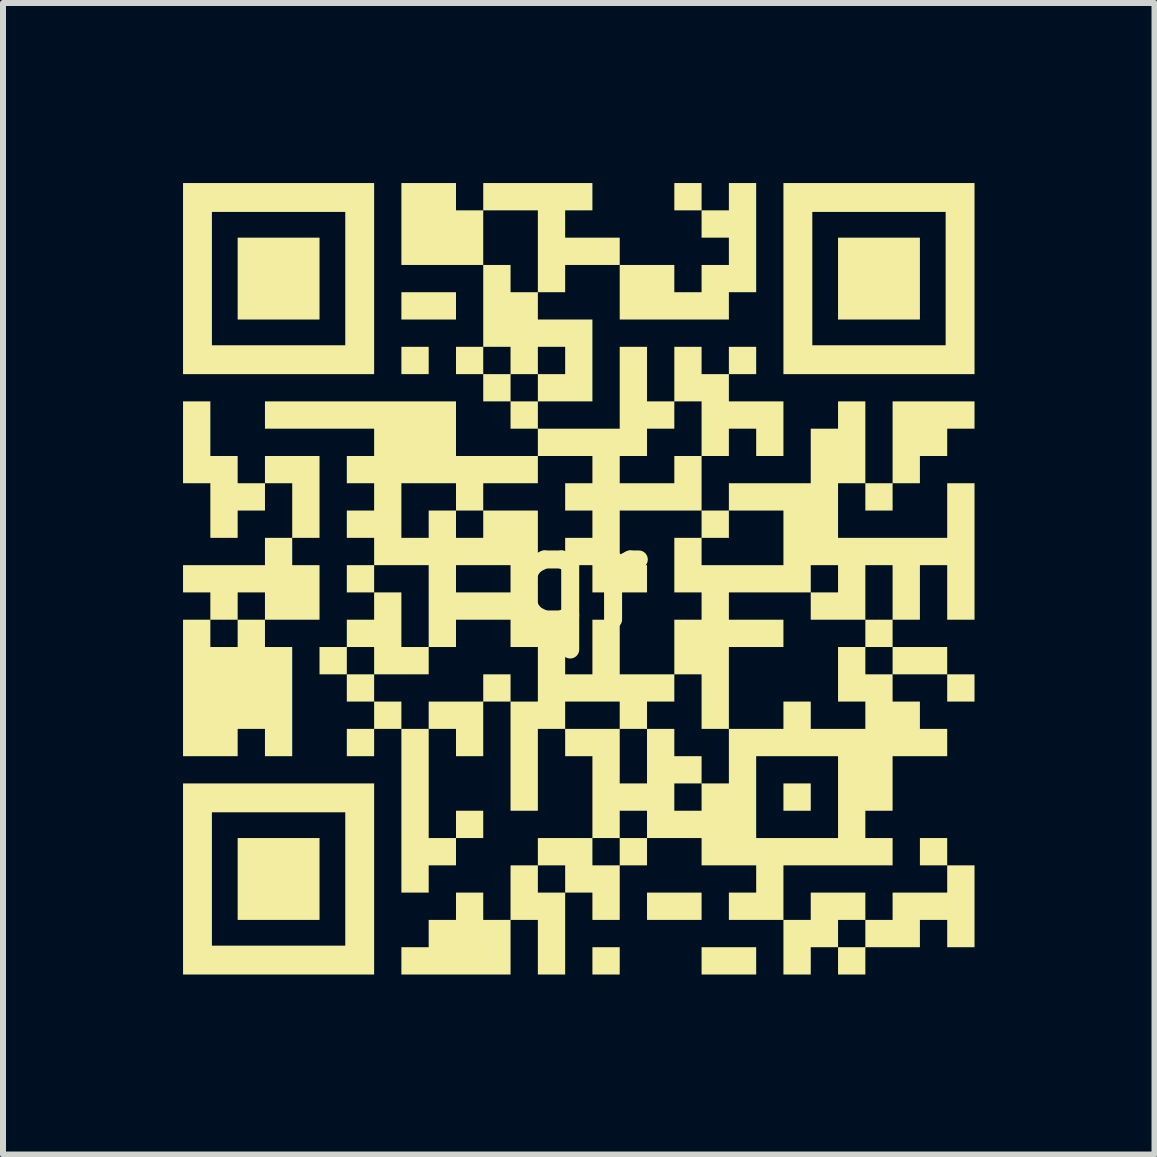
<source format=kicad_pcb>
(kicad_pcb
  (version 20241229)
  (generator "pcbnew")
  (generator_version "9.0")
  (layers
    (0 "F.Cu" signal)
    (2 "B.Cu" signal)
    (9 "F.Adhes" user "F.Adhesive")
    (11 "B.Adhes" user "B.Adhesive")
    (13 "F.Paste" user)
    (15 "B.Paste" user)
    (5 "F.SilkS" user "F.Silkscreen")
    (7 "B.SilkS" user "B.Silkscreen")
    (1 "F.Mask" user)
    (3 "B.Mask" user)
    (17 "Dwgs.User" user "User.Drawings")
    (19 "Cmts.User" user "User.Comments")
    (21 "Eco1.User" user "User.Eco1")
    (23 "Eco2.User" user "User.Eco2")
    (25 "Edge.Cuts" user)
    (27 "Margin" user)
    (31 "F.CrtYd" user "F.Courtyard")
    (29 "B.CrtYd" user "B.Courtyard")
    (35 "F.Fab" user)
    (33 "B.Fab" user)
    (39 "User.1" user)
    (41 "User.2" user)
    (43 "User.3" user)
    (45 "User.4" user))
  (footprint "qr"
    (layer "F.Cu")
    (at 6.594 6.594)
    (property "Reference" "qr" (at 0 0 0) (layer "F.SilkS") (effects (font (size 1.5 1.5) (thickness 0.3))))
    (attr board_only exclude_from_pos_files exclude_from_bom)
    (fp_poly (pts (xy -4.32 -5.002) (xy -4.32 -4.32) (xy -5.002 -4.32) (xy -5.684 -4.32) (xy -5.684 -5.002) (xy -5.684 -5.684) (xy -5.002 -5.684) (xy -4.32 -5.684)) (stroke (width 0) (type solid)) (fill yes) (layer "F.SilkS"))
    (fp_poly (pts (xy -4.32 5.002) (xy -4.32 5.684) (xy -5.002 5.684) (xy -5.684 5.684) (xy -5.684 5.002) (xy -5.684 4.32) (xy -5.002 4.32) (xy -4.32 4.32)) (stroke (width 0) (type solid)) (fill yes) (layer "F.SilkS"))
    (fp_poly (pts (xy -3.41 1.819) (xy -3.41 2.046) (xy -3.638 2.046) (xy -3.865 2.046) (xy -3.865 1.819) (xy -3.865 1.592) (xy -3.638 1.592) (xy -3.41 1.592)) (stroke (width 0) (type solid)) (fill yes) (layer "F.SilkS"))
    (fp_poly (pts (xy -2.501 -3.638) (xy -2.501 -3.41) (xy -2.728 -3.41) (xy -2.956 -3.41) (xy -2.956 -3.638) (xy -2.956 -3.865) (xy -2.728 -3.865) (xy -2.501 -3.865)) (stroke (width 0) (type solid)) (fill yes) (layer "F.SilkS"))
    (fp_poly (pts (xy -2.046 -4.547) (xy -2.046 -4.32) (xy -2.501 -4.32) (xy -2.956 -4.32) (xy -2.956 -4.547) (xy -2.956 -4.775) (xy -2.501 -4.775) (xy -2.046 -4.775)) (stroke (width 0) (type solid)) (fill yes) (layer "F.SilkS"))
    (fp_poly (pts (xy 0.682 6.366) (xy 0.682 6.594) (xy 0.455 6.594) (xy 0.227 6.594) (xy 0.227 6.366) (xy 0.227 6.139) (xy 0.455 6.139) (xy 0.682 6.139)) (stroke (width 0) (type solid)) (fill yes) (layer "F.SilkS"))
    (fp_poly (pts (xy 2.046 5.457) (xy 2.046 5.684) (xy 1.592 5.684) (xy 1.137 5.684) (xy 1.137 5.457) (xy 1.137 5.229) (xy 1.592 5.229) (xy 2.046 5.229)) (stroke (width 0) (type solid)) (fill yes) (layer "F.SilkS"))
    (fp_poly (pts (xy 2.956 6.366) (xy 2.956 6.594) (xy 2.501 6.594) (xy 2.046 6.594) (xy 2.046 6.366) (xy 2.046 6.139) (xy 2.501 6.139) (xy 2.956 6.139)) (stroke (width 0) (type solid)) (fill yes) (layer "F.SilkS"))
    (fp_poly (pts (xy 3.865 3.638) (xy 3.865 3.865) (xy 3.638 3.865) (xy 3.41 3.865) (xy 3.41 3.638) (xy 3.41 3.41) (xy 3.638 3.41) (xy 3.865 3.41)) (stroke (width 0) (type solid)) (fill yes) (layer "F.SilkS"))
    (fp_poly (pts (xy 5.684 -5.002) (xy 5.684 -4.32) (xy 5.002 -4.32) (xy 4.32 -4.32) (xy 4.32 -5.002) (xy 4.32 -5.684) (xy 5.002 -5.684) (xy 5.684 -5.684)) (stroke (width 0) (type solid)) (fill yes) (layer "F.SilkS"))
    (fp_poly (pts (xy 6.139 4.547) (xy 6.139 4.775) (xy 5.912 4.775) (xy 5.684 4.775) (xy 5.684 4.547) (xy 5.684 4.32) (xy 5.912 4.32) (xy 6.139 4.32)) (stroke (width 0) (type solid)) (fill yes) (layer "F.SilkS"))
    (fp_poly (pts (xy 6.594 1.819) (xy 6.594 2.046) (xy 6.366 2.046) (xy 6.139 2.046) (xy 6.139 1.819) (xy 6.139 1.592) (xy 6.366 1.592) (xy 6.594 1.592)) (stroke (width 0) (type solid)) (fill yes) (layer "F.SilkS"))
    (fp_poly (pts (xy -3.41 -5.002) (xy -3.41 -3.41) (xy -5.002 -3.41) (xy -6.594 -3.41) (xy -6.594 -5.002) (xy -6.113 -5.002) (xy -6.113 -3.891) (xy -5.002 -3.891) (xy -3.891 -3.891) (xy -3.891 -5.002) (xy -3.891 -6.113) (xy -5.002 -6.113) (xy -6.113 -6.113) (xy -6.113 -5.002) (xy -6.594 -5.002) (xy -6.594 -6.594) (xy -5.002 -6.594) (xy -3.41 -6.594)) (stroke (width 0) (type solid)) (fill yes) (layer "F.SilkS"))
    (fp_poly (pts (xy -3.41 5.002) (xy -3.41 6.594) (xy -5.002 6.594) (xy -6.594 6.594) (xy -6.594 5.002) (xy -6.113 5.002) (xy -6.113 6.113) (xy -5.002 6.113) (xy -3.891 6.113) (xy -3.891 5.002) (xy -3.891 3.891) (xy -5.002 3.891) (xy -6.113 3.891) (xy -6.113 5.002) (xy -6.594 5.002) (xy -6.594 3.41) (xy -5.002 3.41) (xy -3.41 3.41)) (stroke (width 0) (type solid)) (fill yes) (layer "F.SilkS"))
    (fp_poly (pts (xy 6.594 -5.002) (xy 6.594 -3.41) (xy 5.002 -3.41) (xy 3.41 -3.41) (xy 3.41 -5.002) (xy 3.891 -5.002) (xy 3.891 -3.891) (xy 5.002 -3.891) (xy 6.113 -3.891) (xy 6.113 -5.002) (xy 6.113 -6.113) (xy 5.002 -6.113) (xy 3.891 -6.113) (xy 3.891 -5.002) (xy 3.41 -5.002) (xy 3.41 -6.594) (xy 5.002 -6.594) (xy 6.594 -6.594)) (stroke (width 0) (type solid)) (fill yes) (layer "F.SilkS"))
    (fp_poly (pts (xy -2.956 0.682) (xy -2.956 1.137) (xy -2.728 1.137) (xy -2.501 1.137) (xy -2.501 1.364) (xy -2.501 1.592) (xy -2.956 1.592) (xy -3.41 1.592) (xy -3.41 1.364) (xy -3.41 1.137) (xy -3.638 1.137) (xy -3.865 1.137) (xy -3.865 1.364) (xy -3.865 1.592) (xy -4.093 1.592) (xy -4.32 1.592) (xy -4.32 1.364) (xy -4.32 1.137) (xy -4.093 1.137) (xy -3.865 1.137) (xy -3.865 0.909) (xy -3.865 0.682) (xy -3.638 0.682) (xy -3.41 0.682) (xy -3.41 0.455) (xy -3.41 0.227) (xy -3.183 0.227) (xy -2.956 0.227)) (stroke (width 0) (type solid)) (fill yes) (layer "F.SilkS"))
    (fp_poly (pts (xy 2.046 -6.366) (xy 2.046 -6.139) (xy 2.274 -6.139) (xy 2.501 -6.139) (xy 2.501 -6.366) (xy 2.501 -6.594) (xy 2.728 -6.594) (xy 2.956 -6.594) (xy 2.956 -5.684) (xy 2.956 -4.775) (xy 2.728 -4.775) (xy 2.501 -4.775) (xy 2.501 -4.547) (xy 2.501 -4.32) (xy 1.592 -4.32) (xy 0.682 -4.32) (xy 0.682 -4.775) (xy 0.682 -5.229) (xy 1.137 -5.229) (xy 1.592 -5.229) (xy 1.592 -5.002) (xy 1.592 -4.775) (xy 1.819 -4.775) (xy 2.046 -4.775) (xy 2.046 -5.002) (xy 2.046 -5.229) (xy 2.274 -5.229) (xy 2.501 -5.229) (xy 2.501 -5.457) (xy 2.501 -5.684) (xy 2.274 -5.684) (xy 2.046 -5.684) (xy 2.046 -5.912) (xy 2.046 -6.139) (xy 1.819 -6.139) (xy 1.592 -6.139) (xy 1.592 -6.366) (xy 1.592 -6.594) (xy 1.819 -6.594) (xy 2.046 -6.594)) (stroke (width 0) (type solid)) (fill yes) (layer "F.SilkS"))
    (fp_poly (pts (xy -6.139 -2.501) (xy -6.139 -2.046) (xy -5.912 -2.046) (xy -5.684 -2.046) (xy -5.684 -1.819) (xy -5.684 -1.592) (xy -5.457 -1.592) (xy -5.229 -1.592) (xy -5.229 -1.819) (xy -5.229 -2.046) (xy -4.775 -2.046) (xy -4.32 -2.046) (xy -4.32 -1.364) (xy -4.32 -0.682) (xy -4.547 -0.682) (xy -4.775 -0.682) (xy -4.775 -0.455) (xy -4.775 -0.227) (xy -4.547 -0.227) (xy -4.32 -0.227) (xy -4.32 0.227) (xy -4.32 0.682) (xy -4.775 0.682) (xy -5.229 0.682) (xy -5.229 0.909) (xy -5.229 1.137) (xy -5.002 1.137) (xy -4.775 1.137) (xy -4.775 2.046) (xy -4.775 2.956) (xy -5.002 2.956) (xy -5.229 2.956) (xy -5.229 2.728) (xy -5.229 2.501) (xy -5.457 2.501) (xy -5.684 2.501) (xy -5.684 2.728) (xy -5.684 2.956) (xy -6.139 2.956) (xy -6.594 2.956) (xy -6.594 1.819) (xy -6.594 0.682) (xy -6.366 0.682) (xy -6.139 0.682) (xy -6.139 0.909) (xy -6.139 1.137) (xy -5.912 1.137) (xy -5.684 1.137) (xy -5.684 0.909) (xy -5.684 0.682) (xy -5.457 0.682) (xy -5.229 0.682) (xy -5.229 0.455) (xy -5.229 0.227) (xy -5.457 0.227) (xy -5.684 0.227) (xy -5.684 0.455) (xy -5.684 0.682) (xy -5.912 0.682) (xy -6.139 0.682) (xy -6.139 0.455) (xy -6.139 0.227) (xy -6.366 0.227) (xy -6.594 0.227) (xy -6.594 0) (xy -6.594 -0.227) (xy -5.912 -0.227) (xy -5.229 -0.227) (xy -5.229 -0.455) (xy -5.229 -0.682) (xy -5.002 -0.682) (xy -4.775 -0.682) (xy -4.775 -1.137) (xy -4.775 -1.592) (xy -5.002 -1.592) (xy -5.229 -1.592) (xy -5.229 -1.364) (xy -5.229 -1.137) (xy -5.457 -1.137) (xy -5.684 -1.137) (xy -5.684 -0.909) (xy -5.684 -0.682) (xy -5.912 -0.682) (xy -6.139 -0.682) (xy -6.139 -1.137) (xy -6.139 -1.592) (xy -6.366 -1.592) (xy -6.594 -1.592) (xy -6.594 -2.274) (xy -6.594 -2.956) (xy -6.366 -2.956) (xy -6.139 -2.956)) (stroke (width 0) (type solid)) (fill yes) (layer "F.SilkS"))
    (fp_poly (pts (xy -2.046 -6.366) (xy -2.046 -6.139) (xy -1.819 -6.139) (xy -1.592 -6.139) (xy -1.592 -6.366) (xy -1.592 -6.594) (xy -0.682 -6.594) (xy 0.227 -6.594) (xy 0.227 -6.366) (xy 0.227 -6.139) (xy 0 -6.139) (xy -0.227 -6.139) (xy -0.227 -5.912) (xy -0.227 -5.684) (xy 0.227 -5.684) (xy 0.682 -5.684) (xy 0.682 -5.457) (xy 0.682 -5.229) (xy 0.227 -5.229) (xy -0.227 -5.229) (xy -0.227 -5.002) (xy -0.227 -4.775) (xy -0.455 -4.775) (xy -0.682 -4.775) (xy -0.682 -4.547) (xy -0.682 -4.32) (xy -0.227 -4.32) (xy 0.227 -4.32) (xy 0.227 -3.638) (xy 0.227 -2.956) (xy -0.227 -2.956) (xy -0.682 -2.956) (xy -0.682 -2.728) (xy -0.682 -2.501) (xy 0 -2.501) (xy 0.682 -2.501) (xy 0.682 -3.183) (xy 0.682 -3.865) (xy 0.909 -3.865) (xy 1.137 -3.865) (xy 1.137 -3.41) (xy 1.137 -2.956) (xy 1.364 -2.956) (xy 1.592 -2.956) (xy 1.592 -3.41) (xy 1.592 -3.865) (xy 1.819 -3.865) (xy 2.046 -3.865) (xy 2.046 -3.638) (xy 2.046 -3.41) (xy 2.274 -3.41) (xy 2.501 -3.41) (xy 2.501 -3.638) (xy 2.501 -3.865) (xy 2.728 -3.865) (xy 2.956 -3.865) (xy 2.956 -3.638) (xy 2.956 -3.41) (xy 2.728 -3.41) (xy 2.501 -3.41) (xy 2.501 -3.183) (xy 2.501 -2.956) (xy 2.956 -2.956) (xy 3.41 -2.956) (xy 3.41 -2.501) (xy 3.41 -2.046) (xy 3.183 -2.046) (xy 2.956 -2.046) (xy 2.956 -2.274) (xy 2.956 -2.501) (xy 2.728 -2.501) (xy 2.501 -2.501) (xy 2.501 -2.274) (xy 2.501 -2.046) (xy 2.274 -2.046) (xy 2.046 -2.046) (xy 2.046 -1.592) (xy 2.046 -1.137) (xy 2.274 -1.137) (xy 2.501 -1.137) (xy 2.501 -1.364) (xy 2.501 -1.592) (xy 3.183 -1.592) (xy 3.865 -1.592) (xy 3.865 -2.046) (xy 3.865 -2.501) (xy 4.093 -2.501) (xy 4.32 -2.501) (xy 4.32 -2.728) (xy 4.32 -2.956) (xy 4.547 -2.956) (xy 4.775 -2.956) (xy 4.775 -2.274) (xy 4.775 -1.592) (xy 5.002 -1.592) (xy 5.229 -1.592) (xy 5.229 -2.274) (xy 5.229 -2.956) (xy 5.912 -2.956) (xy 6.594 -2.956) (xy 6.594 -2.728) (xy 6.594 -2.501) (xy 6.366 -2.501) (xy 6.139 -2.501) (xy 6.139 -2.274) (xy 6.139 -2.046) (xy 5.912 -2.046) (xy 5.684 -2.046) (xy 5.684 -1.819) (xy 5.684 -1.592) (xy 5.457 -1.592) (xy 5.229 -1.592) (xy 5.229 -1.364) (xy 5.229 -1.137) (xy 5.002 -1.137) (xy 4.775 -1.137) (xy 4.775 -1.364) (xy 4.775 -1.592) (xy 4.547 -1.592) (xy 4.32 -1.592) (xy 4.32 -1.137) (xy 4.32 -0.682) (xy 5.229 -0.682) (xy 6.139 -0.682) (xy 6.139 -1.137) (xy 6.139 -1.592) (xy 6.366 -1.592) (xy 6.594 -1.592) (xy 6.594 -0.455) (xy 6.594 0.682) (xy 6.366 0.682) (xy 6.139 0.682) (xy 6.139 0.227) (xy 6.139 -0.227) (xy 5.912 -0.227) (xy 5.684 -0.227) (xy 5.684 0.227) (xy 5.684 0.682) (xy 5.457 0.682) (xy 5.229 0.682) (xy 5.229 0.909) (xy 5.229 1.137) (xy 5.002 1.137) (xy 4.775 1.137) (xy 4.775 1.364) (xy 4.775 1.592) (xy 5.002 1.592) (xy 5.229 1.592) (xy 5.229 1.364) (xy 5.229 1.137) (xy 5.684 1.137) (xy 6.139 1.137) (xy 6.139 1.364) (xy 6.139 1.592) (xy 5.684 1.592) (xy 5.229 1.592) (xy 5.229 1.819) (xy 5.229 2.046) (xy 5.457 2.046) (xy 5.684 2.046) (xy 5.684 2.274) (xy 5.684 2.501) (xy 5.912 2.501) (xy 6.139 2.501) (xy 6.139 2.728) (xy 6.139 2.956) (xy 5.684 2.956) (xy 5.229 2.956) (xy 5.229 3.41) (xy 5.229 3.865) (xy 5.002 3.865) (xy 4.775 3.865) (xy 4.775 4.093) (xy 4.775 4.32) (xy 5.002 4.32) (xy 5.229 4.32) (xy 5.229 4.547) (xy 5.229 4.775) (xy 4.32 4.775) (xy 3.41 4.775) (xy 3.41 5.229) (xy 3.41 5.684) (xy 3.638 5.684) (xy 3.865 5.684) (xy 3.865 5.457) (xy 3.865 5.229) (xy 4.32 5.229) (xy 4.775 5.229) (xy 4.775 5.457) (xy 4.775 5.684) (xy 5.002 5.684) (xy 5.229 5.684) (xy 5.229 5.457) (xy 5.229 5.229) (xy 5.684 5.229) (xy 6.139 5.229) (xy 6.139 5.002) (xy 6.139 4.775) (xy 6.366 4.775) (xy 6.594 4.775) (xy 6.594 5.457) (xy 6.594 6.139) (xy 6.366 6.139) (xy 6.139 6.139) (xy 6.139 5.912) (xy 6.139 5.684) (xy 5.912 5.684) (xy 5.684 5.684) (xy 5.684 5.912) (xy 5.684 6.139) (xy 5.229 6.139) (xy 4.775 6.139) (xy 4.775 6.366) (xy 4.775 6.594) (xy 4.547 6.594) (xy 4.32 6.594) (xy 4.32 6.366) (xy 4.32 6.139) (xy 4.093 6.139) (xy 3.865 6.139) (xy 3.865 6.366) (xy 3.865 6.594) (xy 3.638 6.594) (xy 3.41 6.594) (xy 3.41 6.139) (xy 3.41 5.912) (xy 4.32 5.912) (xy 4.32 6.139) (xy 4.547 6.139) (xy 4.775 6.139) (xy 4.775 5.912) (xy 4.775 5.684) (xy 4.547 5.684) (xy 4.32 5.684) (xy 4.32 5.912) (xy 3.41 5.912) (xy 3.41 5.684) (xy 2.956 5.684) (xy 2.501 5.684) (xy 2.501 5.457) (xy 2.501 5.229) (xy 2.728 5.229) (xy 2.956 5.229) (xy 2.956 5.002) (xy 2.956 4.775) (xy 2.501 4.775) (xy 2.046 4.775) (xy 2.046 4.547) (xy 2.046 4.32) (xy 1.592 4.32) (xy 1.137 4.32) (xy 1.137 4.547) (xy 1.137 4.775) (xy 0.909 4.775) (xy 0.682 4.775) (xy 0.682 5.229) (xy 0.682 5.684) (xy 0.455 5.684) (xy 0.227 5.684) (xy 0.227 5.457) (xy 0.227 5.229) (xy 0 5.229) (xy -0.227 5.229) (xy -0.227 5.912) (xy -0.227 6.594) (xy -0.455 6.594) (xy -0.682 6.594) (xy -0.682 6.139) (xy -0.682 5.684) (xy -0.909 5.684) (xy -1.137 5.684) (xy -1.137 6.139) (xy -1.137 6.594) (xy -2.046 6.594) (xy -2.956 6.594) (xy -2.956 6.366) (xy -2.956 6.139) (xy -2.728 6.139) (xy -2.501 6.139) (xy -2.501 5.912) (xy -2.501 5.684) (xy -2.274 5.684) (xy -2.046 5.684) (xy -2.046 5.457) (xy -2.046 5.229) (xy -1.819 5.229) (xy -1.592 5.229) (xy -1.592 5.457) (xy -1.592 5.684) (xy -1.364 5.684) (xy -1.137 5.684) (xy -1.137 5.229) (xy -1.137 5.002) (xy -0.682 5.002) (xy -0.682 5.229) (xy -0.455 5.229) (xy -0.227 5.229) (xy -0.227 5.002) (xy -0.227 4.775) (xy -0.455 4.775) (xy -0.682 4.775) (xy -0.682 5.002) (xy -1.137 5.002) (xy -1.137 4.775) (xy -0.909 4.775) (xy -0.682 4.775) (xy -0.682 4.547) (xy -0.682 4.32) (xy -0.227 4.32) (xy 0.227 4.32) (xy 0.227 4.547) (xy 0.227 4.775) (xy 0.455 4.775) (xy 0.682 4.775) (xy 0.682 4.547) (xy 0.682 4.32) (xy 0.909 4.32) (xy 1.137 4.32) (xy 1.137 4.093) (xy 1.137 3.865) (xy 0.909 3.865) (xy 0.682 3.865) (xy 0.682 4.093) (xy 0.682 4.32) (xy 0.455 4.32) (xy 0.227 4.32) (xy 0.227 3.638) (xy 0.227 2.956) (xy 0 2.956) (xy -0.227 2.956) (xy -0.227 2.728) (xy -0.227 2.501) (xy 0.227 2.501) (xy 0.682 2.501) (xy 0.682 2.956) (xy 0.682 3.41) (xy 0.909 3.41) (xy 1.137 3.41) (xy 1.137 2.956) (xy 1.137 2.501) (xy 1.364 2.501) (xy 1.592 2.501) (xy 1.592 2.728) (xy 1.592 2.956) (xy 1.819 2.956) (xy 2.046 2.956) (xy 2.046 3.183) (xy 2.046 3.41) (xy 1.819 3.41) (xy 1.592 3.41) (xy 1.592 3.638) (xy 1.592 3.865) (xy 1.819 3.865) (xy 2.046 3.865) (xy 2.046 3.638) (xy 2.956 3.638) (xy 2.956 4.32) (xy 3.638 4.32) (xy 4.32 4.32) (xy 4.32 3.638) (xy 4.32 2.956) (xy 3.638 2.956) (xy 2.956 2.956) (xy 2.956 3.638) (xy 2.046 3.638) (xy 2.046 3.41) (xy 2.274 3.41) (xy 2.501 3.41) (xy 2.501 2.956) (xy 2.501 2.501) (xy 2.956 2.501) (xy 3.41 2.501) (xy 3.41 2.274) (xy 3.41 2.046) (xy 3.638 2.046) (xy 3.865 2.046) (xy 3.865 2.274) (xy 3.865 2.501) (xy 4.32 2.501) (xy 4.775 2.501) (xy 4.775 2.274) (xy 4.775 2.046) (xy 4.547 2.046) (xy 4.32 2.046) (xy 4.32 1.592) (xy 4.32 1.137) (xy 4.547 1.137) (xy 4.775 1.137) (xy 4.775 0.909) (xy 4.775 0.682) (xy 5.002 0.682) (xy 5.229 0.682) (xy 5.229 0.227) (xy 5.229 -0.227) (xy 5.002 -0.227) (xy 4.775 -0.227) (xy 4.775 0.227) (xy 4.775 0.682) (xy 4.32 0.682) (xy 3.865 0.682) (xy 3.865 0.455) (xy 3.865 0.227) (xy 4.093 0.227) (xy 4.32 0.227) (xy 4.32 0) (xy 4.32 -0.227) (xy 4.093 -0.227) (xy 3.865 -0.227) (xy 3.865 0) (xy 3.865 0.227) (xy 3.183 0.227) (xy 2.501 0.227) (xy 2.501 0.455) (xy 2.501 0.682) (xy 2.956 0.682) (xy 3.41 0.682) (xy 3.41 0.909) (xy 3.41 1.137) (xy 2.956 1.137) (xy 2.501 1.137) (xy 2.501 1.819) (xy 2.501 2.501) (xy 2.274 2.501) (xy 2.046 2.501) (xy 2.046 2.046) (xy 2.046 1.592) (xy 1.819 1.592) (xy 1.592 1.592) (xy 1.592 1.819) (xy 1.592 2.046) (xy 1.364 2.046) (xy 1.137 2.046) (xy 1.137 2.274) (xy 1.137 2.501) (xy 0.909 2.501) (xy 0.682 2.501) (xy 0.682 2.274) (xy 0.682 2.046) (xy 0.227 2.046) (xy -0.227 2.046) (xy -0.227 2.274) (xy -0.227 2.501) (xy -0.455 2.501) (xy -0.682 2.501) (xy -0.682 3.183) (xy -0.682 3.865) (xy -0.909 3.865) (xy -1.137 3.865) (xy -1.137 2.956) (xy -1.137 2.046) (xy -1.364 2.046) (xy -1.592 2.046) (xy -1.592 2.501) (xy -1.592 2.956) (xy -1.819 2.956) (xy -2.046 2.956) (xy -2.046 2.728) (xy -2.046 2.501) (xy -2.274 2.501) (xy -2.501 2.501) (xy -2.501 3.41) (xy -2.501 4.32) (xy -2.274 4.32) (xy -2.046 4.32) (xy -2.046 4.093) (xy -2.046 3.865) (xy -1.819 3.865) (xy -1.592 3.865) (xy -1.592 4.093) (xy -1.592 4.32) (xy -1.819 4.32) (xy -2.046 4.32) (xy -2.046 4.547) (xy -2.046 4.775) (xy -2.274 4.775) (xy -2.501 4.775) (xy -2.501 5.002) (xy -2.501 5.229) (xy -2.728 5.229) (xy -2.956 5.229) (xy -2.956 3.865) (xy -2.956 2.501) (xy -3.183 2.501) (xy -3.41 2.501) (xy -3.41 2.728) (xy -3.41 2.956) (xy -3.638 2.956) (xy -3.865 2.956) (xy -3.865 2.728) (xy -3.865 2.501) (xy -3.638 2.501) (xy -3.41 2.501) (xy -3.41 2.274) (xy -3.41 2.046) (xy -3.183 2.046) (xy -2.956 2.046) (xy -2.956 2.274) (xy -2.956 2.501) (xy -2.728 2.501) (xy -2.501 2.501) (xy -2.501 2.274) (xy -2.501 2.046) (xy -2.046 2.046) (xy -1.592 2.046) (xy -1.592 1.819) (xy -1.592 1.592) (xy -1.364 1.592) (xy -1.137 1.592) (xy -1.137 1.819) (xy -1.137 2.046) (xy -0.909 2.046) (xy -0.682 2.046) (xy -0.682 1.592) (xy -0.682 1.137) (xy -0.909 1.137) (xy -1.137 1.137) (xy -1.137 0.909) (xy -1.137 0.682) (xy -1.592 0.682) (xy -2.046 0.682) (xy -2.046 0.909) (xy -2.046 1.137) (xy -2.274 1.137) (xy -2.501 1.137) (xy -2.501 0.455) (xy -2.501 0) (xy -2.046 0) (xy -2.046 0.227) (xy -1.592 0.227) (xy -1.137 0.227) (xy -1.137 0) (xy -1.137 -0.227) (xy -1.592 -0.227) (xy -2.046 -0.227) (xy -2.046 0) (xy -2.501 0) (xy -2.501 -0.227) (xy -2.956 -0.227) (xy -3.41 -0.227) (xy -3.41 0) (xy -3.41 0.227) (xy -3.638 0.227) (xy -3.865 0.227) (xy -3.865 0) (xy -3.865 -0.227) (xy -3.638 -0.227) (xy -3.41 -0.227) (xy -3.41 -0.455) (xy -3.41 -0.682) (xy -3.638 -0.682) (xy -3.865 -0.682) (xy -3.865 -0.909) (xy -3.865 -1.137) (xy -3.638 -1.137) (xy -3.41 -1.137) (xy -3.41 -1.364) (xy -3.41 -1.592) (xy -2.956 -1.592) (xy -2.956 -1.137) (xy -2.956 -0.682) (xy -2.728 -0.682) (xy -2.501 -0.682) (xy -2.501 -0.909) (xy -2.501 -1.137) (xy -2.274 -1.137) (xy -2.046 -1.137) (xy -2.046 -0.909) (xy -2.046 -0.682) (xy -1.819 -0.682) (xy -1.592 -0.682) (xy -1.592 -0.909) (xy -1.592 -1.137) (xy -1.137 -1.137) (xy -0.682 -1.137) (xy -0.682 -0.227) (xy -0.682 0.682) (xy -0.455 0.682) (xy -0.227 0.682) (xy -0.227 1.137) (xy -0.227 1.592) (xy 0 1.592) (xy 0.227 1.592) (xy 0.227 1.137) (xy 0.227 0.682) (xy 0.455 0.682) (xy 0.682 0.682) (xy 0.682 1.137) (xy 0.682 1.592) (xy 1.137 1.592) (xy 1.592 1.592) (xy 1.592 1.137) (xy 1.592 0.682) (xy 1.819 0.682) (xy 2.046 0.682) (xy 2.046 0.455) (xy 2.046 0.227) (xy 1.819 0.227) (xy 1.592 0.227) (xy 1.592 -0.227) (xy 1.592 -0.682) (xy 1.819 -0.682) (xy 2.046 -0.682) (xy 2.046 -0.455) (xy 2.046 -0.227) (xy 2.728 -0.227) (xy 3.41 -0.227) (xy 3.41 -0.682) (xy 3.41 -1.137) (xy 2.956 -1.137) (xy 2.501 -1.137) (xy 2.501 -0.909) (xy 2.501 -0.682) (xy 2.274 -0.682) (xy 2.046 -0.682) (xy 2.046 -0.909) (xy 2.046 -1.137) (xy 1.364 -1.137) (xy 0.682 -1.137) (xy 0.682 -0.682) (xy 0.682 -0.227) (xy 0.909 -0.227) (xy 1.137 -0.227) (xy 1.137 0) (xy 1.137 0.227) (xy 0.682 0.227) (xy 0.227 0.227) (xy 0.227 0) (xy 0.227 -0.227) (xy 0 -0.227) (xy -0.227 -0.227) (xy -0.227 -0.455) (xy -0.227 -0.682) (xy 0 -0.682) (xy 0.227 -0.682) (xy 0.227 -0.909) (xy 0.227 -1.137) (xy 0 -1.137) (xy -0.227 -1.137) (xy -0.227 -1.364) (xy -0.227 -1.592) (xy 0 -1.592) (xy 0.227 -1.592) (xy 0.227 -1.819) (xy 0.227 -2.046) (xy 0.682 -2.046) (xy 0.682 -1.819) (xy 0.682 -1.592) (xy 1.137 -1.592) (xy 1.592 -1.592) (xy 1.592 -1.819) (xy 1.592 -2.046) (xy 1.819 -2.046) (xy 2.046 -2.046) (xy 2.046 -2.501) (xy 2.046 -2.956) (xy 1.819 -2.956) (xy 1.592 -2.956) (xy 1.592 -2.728) (xy 1.592 -2.501) (xy 1.364 -2.501) (xy 1.137 -2.501) (xy 1.137 -2.274) (xy 1.137 -2.046) (xy 0.909 -2.046) (xy 0.682 -2.046) (xy 0.227 -2.046) (xy -0.227 -2.046) (xy -0.682 -2.046) (xy -0.682 -1.819) (xy -0.682 -1.592) (xy -1.137 -1.592) (xy -1.592 -1.592) (xy -1.592 -1.364) (xy -1.592 -1.137) (xy -1.819 -1.137) (xy -2.046 -1.137) (xy -2.046 -1.364) (xy -2.046 -1.592) (xy -2.501 -1.592) (xy -2.956 -1.592) (xy -3.41 -1.592) (xy -3.638 -1.592) (xy -3.865 -1.592) (xy -3.865 -1.819) (xy -3.865 -2.046) (xy -3.638 -2.046) (xy -3.41 -2.046) (xy -3.41 -2.274) (xy -3.41 -2.501) (xy -4.32 -2.501) (xy -5.229 -2.501) (xy -5.229 -2.728) (xy -5.229 -2.956) (xy -3.638 -2.956) (xy -2.046 -2.956) (xy -2.046 -2.501) (xy -2.046 -2.046) (xy -1.364 -2.046) (xy -0.682 -2.046) (xy -0.682 -2.274) (xy -0.682 -2.501) (xy -0.909 -2.501) (xy -1.137 -2.501) (xy -1.137 -2.728) (xy -1.137 -2.956) (xy -1.364 -2.956) (xy -1.592 -2.956) (xy -1.592 -3.183) (xy -1.592 -3.41) (xy -1.364 -3.41) (xy -1.137 -3.41) (xy -1.137 -3.183) (xy -1.137 -2.956) (xy -0.909 -2.956) (xy -0.682 -2.956) (xy -0.682 -3.183) (xy -0.682 -3.41) (xy -0.455 -3.41) (xy -0.227 -3.41) (xy -0.227 -3.638) (xy -0.227 -3.865) (xy -0.455 -3.865) (xy -0.682 -3.865) (xy -0.682 -3.638) (xy -0.682 -3.41) (xy -0.909 -3.41) (xy -1.137 -3.41) (xy -1.137 -3.638) (xy -1.137 -3.865) (xy -1.364 -3.865) (xy -1.592 -3.865) (xy -1.592 -3.638) (xy -1.592 -3.41) (xy -1.819 -3.41) (xy -2.046 -3.41) (xy -2.046 -3.638) (xy -2.046 -3.865) (xy -1.819 -3.865) (xy -1.592 -3.865) (xy -1.592 -4.547) (xy -1.592 -5.229) (xy -1.364 -5.229) (xy -1.137 -5.229) (xy -1.137 -5.002) (xy -1.137 -4.775) (xy -0.909 -4.775) (xy -0.682 -4.775) (xy -0.682 -5.457) (xy -0.682 -6.139) (xy -1.137 -6.139) (xy -1.592 -6.139) (xy -1.592 -5.684) (xy -1.592 -5.229) (xy -2.274 -5.229) (xy -2.956 -5.229) (xy -2.956 -5.912) (xy -2.956 -6.594) (xy -2.501 -6.594) (xy -2.046 -6.594)) (stroke (width 0) (type solid)) (fill yes) (layer "F.SilkS")))
  (gr_rect
    (start -3 -3)
    (end 16.187 16.187)
    (stroke (width 0.1) (type default))
    (fill no)
    (layer "Edge.Cuts")))
</source>
